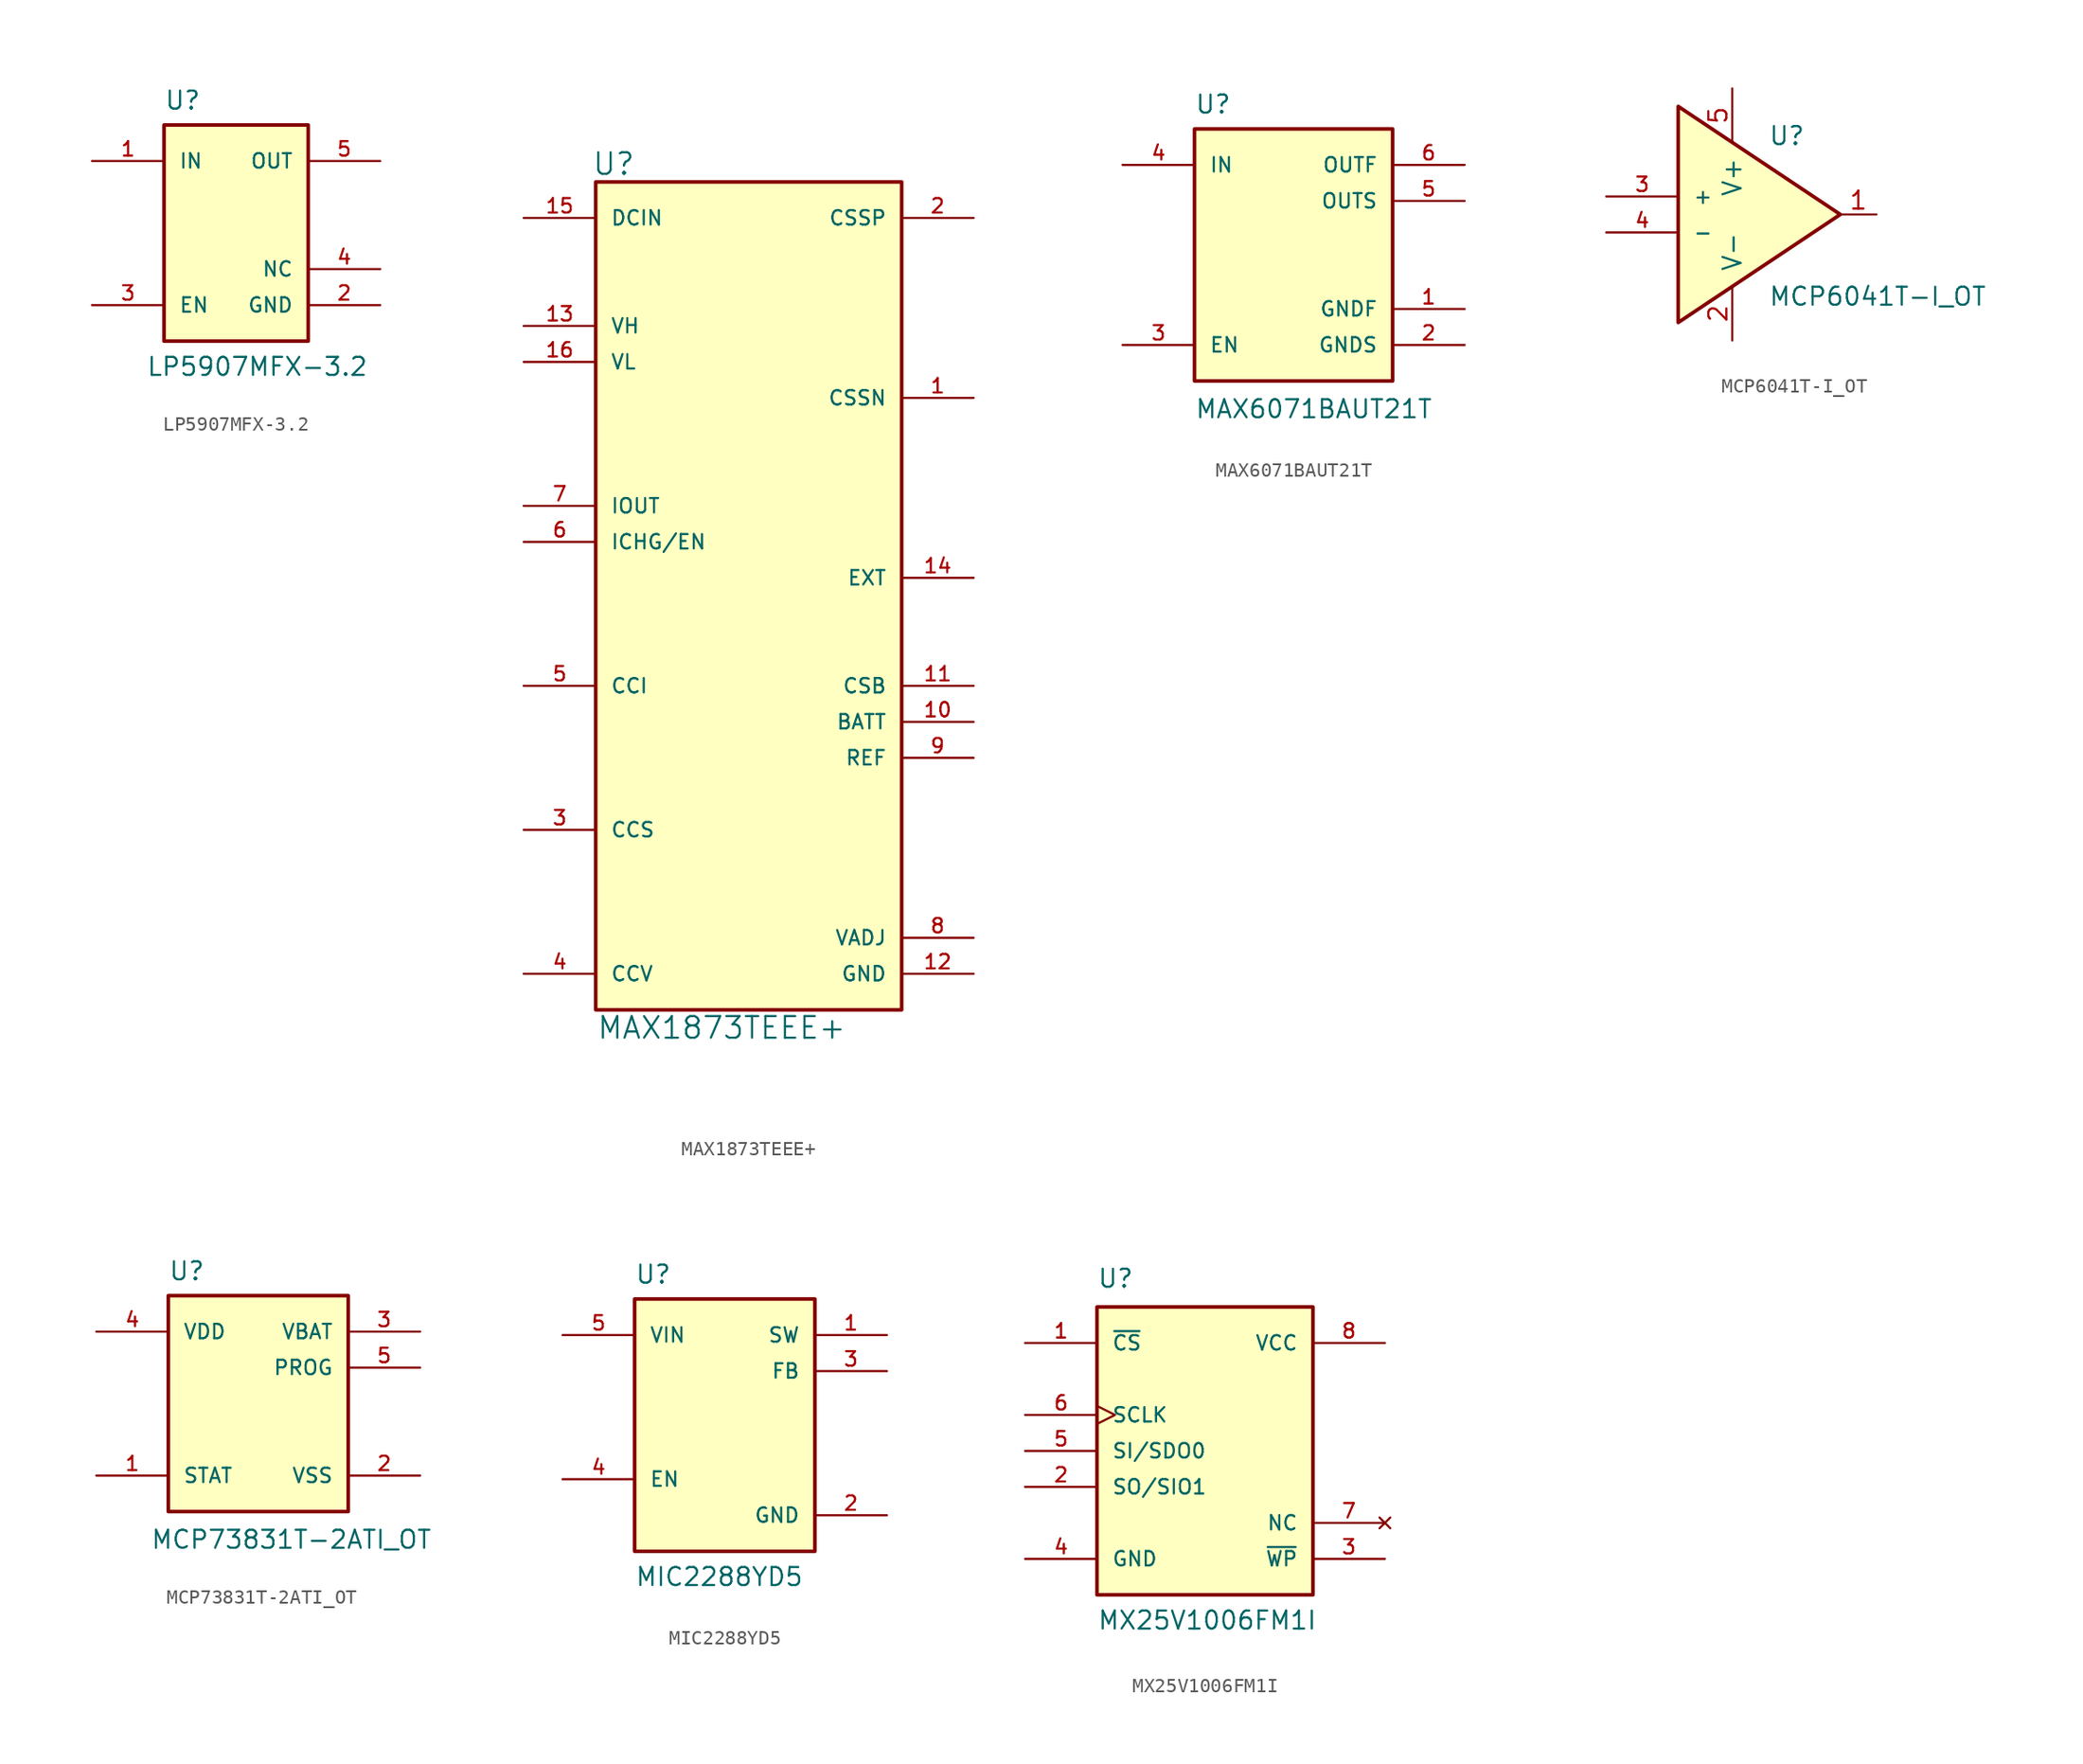
<source format=kicad_sym>
(kicad_symbol_lib
  (version 20211014)
  (generator kicad_symbol_editor)
  (symbol "LP5907MFX-3.2"
    (pin_names
      (offset 1.016))
    (property "Reference" "U"
      (at -5.08 8.611 0)
      (effects (font (size 1.27 1.27)) (justify left bottom)))
    (property "Value" "LP5907MFX-3.2"
      (at -6.35 -10.16 0)
      (effects (font (size 1.27 1.27)) (justify left bottom)))
    (symbol "LP5907MFX-3.2_0_0"
      (rectangle (start -5.08 -7.62) (end 5.08 7.62) (stroke (width 0.254) (type default) (color 0 0 0 0)) (fill (type background)))
      (pin input line (at -10.16 5.08 0) (length 5.08) (name "IN" (effects (font (size 1.016 1.016)))) (number "1" (effects (font (size 1.016 1.016)))))
      (pin power_in line (at 10.16 -5.08 180) (length 5.08) (name "GND" (effects (font (size 1.016 1.016)))) (number "2" (effects (font (size 1.016 1.016)))))
      (pin input line (at -10.16 -5.08 0) (length 5.08) (name "EN" (effects (font (size 1.016 1.016)))) (number "3" (effects (font (size 1.016 1.016)))))
      (pin output line (at 10.16 5.08 180) (length 5.08) (name "OUT" (effects (font (size 1.016 1.016)))) (number "5" (effects (font (size 1.016 1.016))))))
    (symbol "LP5907MFX-3.2_1_1"
      (pin power_in line (at 10.16 -2.54 180) (length 5.08) (name "NC" (effects (font (size 1.016 1.016)))) (number "4" (effects (font (size 1.016 1.016)))))))
  (symbol "MAX1873TEEE+"
    (pin_names
      (offset 1.016))
    (property "Reference" "U"
      (at -8.89 33.02 0)
      (effects (font (size 1.524 1.524))))
    (property "Value" "MAX1873TEEE+"
      (at -1.27 -27.94 0)
      (effects (font (size 1.524 1.524))))
    (symbol "MAX1873TEEE+_0_1"
      (rectangle (start -10.16 31.75) (end 11.43 -26.67) (stroke (width 0.254) (type default) (color 0 0 0 0)) (fill (type background))))
    (symbol "MAX1873TEEE+_1_1"
      (pin input line (at 16.51 16.51 180) (length 5.08) (name "CSSN" (effects (font (size 1.016 1.016)))) (number "1" (effects (font (size 1.016 1.016)))))
      (pin power_in line (at 16.51 -6.35 180) (length 5.08) (name "BATT" (effects (font (size 1.016 1.016)))) (number "10" (effects (font (size 1.016 1.016)))))
      (pin input line (at 16.51 -3.81 180) (length 5.08) (name "CSB" (effects (font (size 1.016 1.016)))) (number "11" (effects (font (size 1.016 1.016)))))
      (pin power_in line (at 16.51 -24.13 180) (length 5.08) (name "GND" (effects (font (size 1.016 1.016)))) (number "12" (effects (font (size 1.016 1.016)))))
      (pin unspecified line (at -15.24 21.59 0) (length 5.08) (name "VH" (effects (font (size 1.016 1.016)))) (number "13" (effects (font (size 1.016 1.016)))))
      (pin output line (at 16.51 3.81 180) (length 5.08) (name "EXT" (effects (font (size 1.016 1.016)))) (number "14" (effects (font (size 1.016 1.016)))))
      (pin input line (at -15.24 29.21 0) (length 5.08) (name "DCIN" (effects (font (size 1.016 1.016)))) (number "15" (effects (font (size 1.016 1.016)))))
      (pin power_in line (at -15.24 19.05 0) (length 5.08) (name "VL" (effects (font (size 1.016 1.016)))) (number "16" (effects (font (size 1.016 1.016)))))
      (pin input line (at 16.51 29.21 180) (length 5.08) (name "CSSP" (effects (font (size 1.016 1.016)))) (number "2" (effects (font (size 1.016 1.016)))))
      (pin input line (at -15.24 -13.97 0) (length 5.08) (name "CCS" (effects (font (size 1.016 1.016)))) (number "3" (effects (font (size 1.016 1.016)))))
      (pin power_in line (at -15.24 -24.13 0) (length 5.08) (name "CCV" (effects (font (size 1.016 1.016)))) (number "4" (effects (font (size 1.016 1.016)))))
      (pin unspecified line (at -15.24 -3.81 0) (length 5.08) (name "CCI" (effects (font (size 1.016 1.016)))) (number "5" (effects (font (size 1.016 1.016)))))
      (pin input line (at -15.24 6.35 0) (length 5.08) (name "ICHG/EN" (effects (font (size 1.016 1.016)))) (number "6" (effects (font (size 1.016 1.016)))))
      (pin output line (at -15.24 8.89 0) (length 5.08) (name "IOUT" (effects (font (size 1.016 1.016)))) (number "7" (effects (font (size 1.016 1.016)))))
      (pin power_in line (at 16.51 -21.59 180) (length 5.08) (name "VADJ" (effects (font (size 1.016 1.016)))) (number "8" (effects (font (size 1.016 1.016)))))
      (pin output line (at 16.51 -8.89 180) (length 5.08) (name "REF" (effects (font (size 1.016 1.016)))) (number "9" (effects (font (size 1.016 1.016)))))))
  (symbol "MAX6071BAUT21T"
    (pin_names
      (offset 1.016))
    (property "Reference" "U"
      (at -12.7 13.691 0)
      (effects (font (size 1.27 1.27)) (justify left bottom)))
    (property "Value" "MAX6071BAUT21T"
      (at -12.7 -7.798 0)
      (effects (font (size 1.27 1.27)) (justify left bottom)))
    (symbol "MAX6071BAUT21T_0_0"
      (rectangle (start -12.7 -5.08) (end 1.27 12.7) (stroke (width 0.254) (type default) (color 0 0 0 0)) (fill (type background)))
      (pin power_in line (at 6.35 0 180) (length 5.08) (name "GNDF" (effects (font (size 1.016 1.016)))) (number "1" (effects (font (size 1.016 1.016)))))
      (pin input line (at 6.35 -2.54 180) (length 5.08) (name "GNDS" (effects (font (size 1.016 1.016)))) (number "2" (effects (font (size 1.016 1.016)))))
      (pin bidirectional line (at -17.78 -2.54 0) (length 5.08) (name "EN" (effects (font (size 1.016 1.016)))) (number "3" (effects (font (size 1.016 1.016)))))
      (pin power_in line (at -17.78 10.16 0) (length 5.08) (name "IN" (effects (font (size 1.016 1.016)))) (number "4" (effects (font (size 1.016 1.016)))))
      (pin input line (at 6.35 7.62 180) (length 5.08) (name "OUTS" (effects (font (size 1.016 1.016)))) (number "5" (effects (font (size 1.016 1.016)))))
      (pin power_out line (at 6.35 10.16 180) (length 5.08) (name "OUTF" (effects (font (size 1.016 1.016)))) (number "6" (effects (font (size 1.016 1.016)))))))
  (symbol "MCP6041T-I_OT"
    (pin_names
      (offset 1.016))
    (property "Reference" "U"
      (at 1.27 4.801 0)
      (effects (font (size 1.27 1.27)) (justify left bottom)))
    (property "Value" "MCP6041T-I_OT"
      (at 1.27 -6.528 0)
      (effects (font (size 1.27 1.27)) (justify left bottom)))
    (symbol "MCP6041T-I_OT_0_0"
      (pin input line (at -10.16 1.27 0) (length 5.08) (name "+" (effects (font (size 1.016 1.016)))) (number "3" (effects (font (size 1.016 1.016)))))
      (pin input line (at -10.16 -1.27 0) (length 5.08) (name "-" (effects (font (size 1.016 1.016)))) (number "4" (effects (font (size 1.016 1.016))))))
    (symbol "MCP6041T-I_OT_1_1"
      (polyline (pts (xy -5.08 7.62) (xy 6.35 0) (xy -5.08 -7.62) (xy -5.08 7.62)) (stroke (width 0.254) (type default) (color 0 0 0 0)) (fill (type background)))
      (pin output line (at 8.89 0 180) (length 2.54) (name "~" (effects (font (size 1.27 1.27)))) (number "1" (effects (font (size 1.27 1.27)))))
      (pin power_in line (at -1.27 -8.89 90) (length 3.81) (name "V-" (effects (font (size 1.27 1.27)))) (number "2" (effects (font (size 1.27 1.27)))))
      (pin power_in line (at -1.27 8.89 270) (length 3.81) (name "V+" (effects (font (size 1.27 1.27)))) (number "5" (effects (font (size 1.27 1.27)))))))
  (symbol "MCP73831T-2ATI_OT"
    (pin_names
      (offset 1.016))
    (property "Reference" "U"
      (at -6.35 8.611 0)
      (effects (font (size 1.27 1.27)) (justify left bottom)))
    (property "Value" "MCP73831T-2ATI_OT"
      (at -7.62 -10.338 0)
      (effects (font (size 1.27 1.27)) (justify left bottom)))
    (symbol "MCP73831T-2ATI_OT_0_0"
      (rectangle (start -6.35 -7.62) (end 6.35 7.62) (stroke (width 0.254) (type default) (color 0 0 0 0)) (fill (type background)))
      (pin output line (at -11.43 -5.08 0) (length 5.08) (name "STAT" (effects (font (size 1.016 1.016)))) (number "1" (effects (font (size 1.016 1.016)))))
      (pin power_in line (at 11.43 -5.08 180) (length 5.08) (name "VSS" (effects (font (size 1.016 1.016)))) (number "2" (effects (font (size 1.016 1.016)))))
      (pin input line (at 11.43 5.08 180) (length 5.08) (name "VBAT" (effects (font (size 1.016 1.016)))) (number "3" (effects (font (size 1.016 1.016)))))
      (pin power_in line (at -11.43 5.08 0) (length 5.08) (name "VDD" (effects (font (size 1.016 1.016)))) (number "4" (effects (font (size 1.016 1.016)))))
      (pin input line (at 11.43 2.54 180) (length 5.08) (name "PROG" (effects (font (size 1.016 1.016)))) (number "5" (effects (font (size 1.016 1.016)))))))
  (symbol "MIC2288YD5"
    (pin_names
      (offset 1.016))
    (property "Reference" "U"
      (at -6.35 8.611 0)
      (effects (font (size 1.27 1.27)) (justify left bottom)))
    (property "Value" "MIC2288YD5"
      (at -6.35 -12.7 0)
      (effects (font (size 1.27 1.27)) (justify left bottom)))
    (symbol "MIC2288YD5_0_0"
      (rectangle (start -6.35 -10.16) (end 6.35 7.62) (stroke (width 0.254) (type default) (color 0 0 0 0)) (fill (type background)))
      (pin input line (at 11.43 5.08 180) (length 5.08) (name "SW" (effects (font (size 1.016 1.016)))) (number "1" (effects (font (size 1.016 1.016)))))
      (pin power_in line (at 11.43 -7.62 180) (length 5.08) (name "GND" (effects (font (size 1.016 1.016)))) (number "2" (effects (font (size 1.016 1.016)))))
      (pin input line (at 11.43 2.54 180) (length 5.08) (name "FB" (effects (font (size 1.016 1.016)))) (number "3" (effects (font (size 1.016 1.016)))))
      (pin input line (at -11.43 -5.08 0) (length 5.08) (name "EN" (effects (font (size 1.016 1.016)))) (number "4" (effects (font (size 1.016 1.016)))))
      (pin power_in line (at -11.43 5.08 0) (length 5.08) (name "VIN" (effects (font (size 1.016 1.016)))) (number "5" (effects (font (size 1.016 1.016)))))))
  (symbol "MX25V1006FM1I"
    (pin_names
      (offset 1.016))
    (property "Reference" "U"
      (at -7.62 11.43 0)
      (effects (font (size 1.27 1.27)) (justify left bottom)))
    (property "Value" "MX25V1006FM1I"
      (at -7.62 -12.7 0)
      (effects (font (size 1.27 1.27)) (justify left bottom)))
    (symbol "MX25V1006FM1I_0_0"
      (rectangle (start -7.62 -10.16) (end 7.62 10.16) (stroke (width 0.254) (type default) (color 0 0 0 0)) (fill (type background)))
      (pin input line (at -12.7 7.62 0) (length 5.08) (name "~{CS}" (effects (font (size 1.016 1.016)))) (number "1" (effects (font (size 1.016 1.016)))))
      (pin bidirectional line (at -12.7 -2.54 0) (length 5.08) (name "SO/SIO1" (effects (font (size 1.016 1.016)))) (number "2" (effects (font (size 1.016 1.016)))))
      (pin input line (at 12.7 -7.62 180) (length 5.08) (name "~{WP}" (effects (font (size 1.016 1.016)))) (number "3" (effects (font (size 1.016 1.016)))))
      (pin power_in line (at -12.7 -7.62 0) (length 5.08) (name "GND" (effects (font (size 1.016 1.016)))) (number "4" (effects (font (size 1.016 1.016)))))
      (pin bidirectional line (at -12.7 0 0) (length 5.08) (name "SI/SDO0" (effects (font (size 1.016 1.016)))) (number "5" (effects (font (size 1.016 1.016)))))
      (pin input clock (at -12.7 2.54 0) (length 5.08) (name "SCLK" (effects (font (size 1.016 1.016)))) (number "6" (effects (font (size 1.016 1.016)))))
      (pin no_connect line (at 12.7 -5.08 180) (length 5.08) (name "NC" (effects (font (size 1.016 1.016)))) (number "7" (effects (font (size 1.016 1.016)))))
      (pin power_in line (at 12.7 7.62 180) (length 5.08) (name "VCC" (effects (font (size 1.016 1.016)))) (number "8" (effects (font (size 1.016 1.016))))))))
</source>
